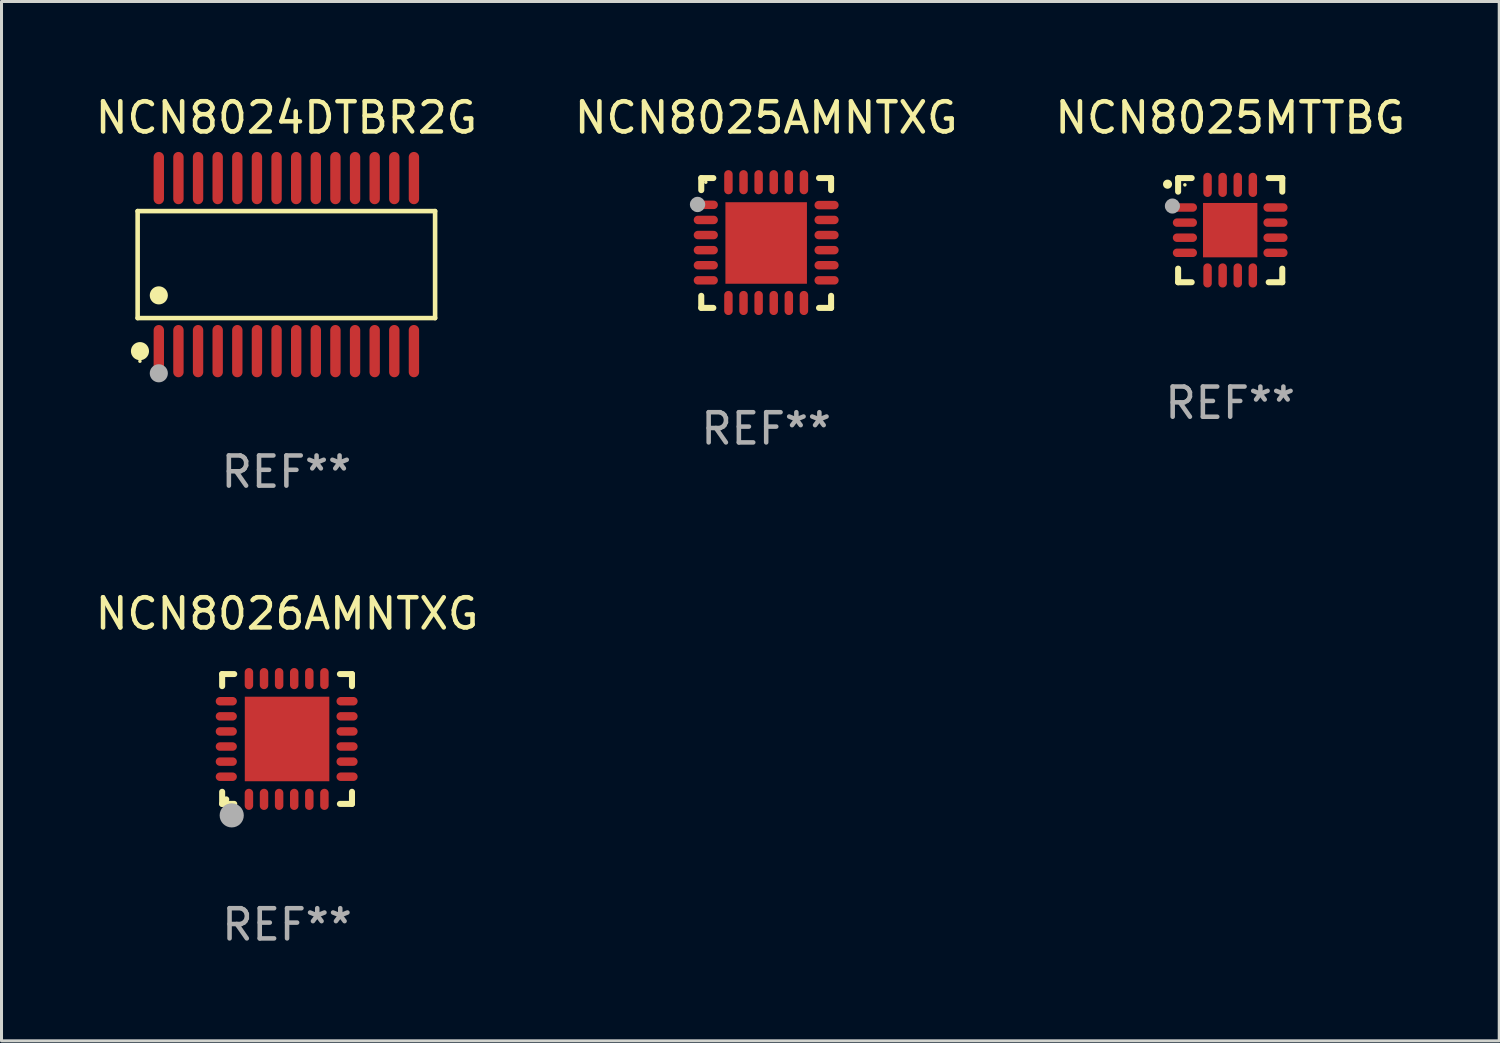
<source format=kicad_pcb>
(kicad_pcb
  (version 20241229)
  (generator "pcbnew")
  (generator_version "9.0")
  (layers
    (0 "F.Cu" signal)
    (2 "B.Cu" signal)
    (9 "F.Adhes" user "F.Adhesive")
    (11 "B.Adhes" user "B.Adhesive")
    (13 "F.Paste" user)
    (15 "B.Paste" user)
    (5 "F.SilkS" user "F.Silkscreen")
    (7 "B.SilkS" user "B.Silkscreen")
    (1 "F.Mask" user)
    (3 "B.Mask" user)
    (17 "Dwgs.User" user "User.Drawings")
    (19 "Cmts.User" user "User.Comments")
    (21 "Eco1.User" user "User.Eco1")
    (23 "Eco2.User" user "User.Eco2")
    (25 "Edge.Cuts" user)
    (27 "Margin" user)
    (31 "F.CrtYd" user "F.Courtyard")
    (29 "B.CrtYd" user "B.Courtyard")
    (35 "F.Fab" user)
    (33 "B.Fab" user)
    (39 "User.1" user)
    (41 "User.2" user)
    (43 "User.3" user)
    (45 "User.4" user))
  (footprint "NCN8026AMNTXG"
    (layer "F.Cu")
    (at 6.458 21.426)
    (property "Reference" "NCN8026AMNTXG" (at 0 -4.15 0) (layer "F.SilkS") (effects (font (size 1 1) (thickness 0.15))))
    (attr through_hole)
    (fp_line (start -2.15 -2.15) (end -1.75 -2.15) (stroke (width 0.2) (type solid)) (layer "F.SilkS"))
    (fp_line (start -2.15 -1.75) (end -2.15 -2.15) (stroke (width 0.2) (type solid)) (layer "F.SilkS"))
    (fp_line (start -2.15 2.15) (end -2.15 1.75) (stroke (width 0.2) (type solid)) (layer "F.SilkS"))
    (fp_line (start -1.75 2.15) (end -2.15 2.15) (stroke (width 0.2) (type solid)) (layer "F.SilkS"))
    (fp_line (start 2.15 -2.15) (end 1.75 -2.15) (stroke (width 0.2) (type solid)) (layer "F.SilkS"))
    (fp_line (start 2.15 -1.75) (end 2.15 -2.15) (stroke (width 0.2) (type solid)) (layer "F.SilkS"))
    (fp_line (start 2.15 1.75) (end 2.15 2.15) (stroke (width 0.2) (type solid)) (layer "F.SilkS"))
    (fp_line (start 2.15 2.15) (end 1.75 2.15) (stroke (width 0.2) (type solid)) (layer "F.SilkS"))
    (fp_circle (center -2.013 2) (end -1.963 2) (stroke (width 0.1) (type solid)) (fill no) (layer "F.SilkS"))
    (fp_circle (center -1.833 2.53) (end -1.633 2.53) (stroke (width 0.4) (type solid)) (fill no) (layer "F.Fab"))
    (fp_text user "REF**" (at 0 6.15 0) (layer "F.Fab") (effects (font (size 1 1) (thickness 0.15))))
    (pad "1" smd oval (at -1.263 2 180) (size 0.28 0.7) (layers "F.Cu" "F.Mask" "F.Paste"))
    (pad "2" smd oval (at -0.763 2 180) (size 0.28 0.7) (layers "F.Cu" "F.Mask" "F.Paste"))
    (pad "3" smd oval (at -0.263 2 180) (size 0.28 0.7) (layers "F.Cu" "F.Mask" "F.Paste"))
    (pad "4" smd oval (at 0.237 2 180) (size 0.28 0.7) (layers "F.Cu" "F.Mask" "F.Paste"))
    (pad "5" smd oval (at 0.737 2 180) (size 0.28 0.7) (layers "F.Cu" "F.Mask" "F.Paste"))
    (pad "6" smd oval (at 1.237 2 180) (size 0.28 0.7) (layers "F.Cu" "F.Mask" "F.Paste"))
    (pad "7" smd oval (at 1.987 1.25 90) (size 0.28 0.7) (layers "F.Cu" "F.Mask" "F.Paste"))
    (pad "8" smd oval (at 1.987 0.75 90) (size 0.28 0.7) (layers "F.Cu" "F.Mask" "F.Paste"))
    (pad "9" smd oval (at 1.987 0.25 90) (size 0.28 0.7) (layers "F.Cu" "F.Mask" "F.Paste"))
    (pad "10" smd oval (at 1.987 -0.25 90) (size 0.28 0.7) (layers "F.Cu" "F.Mask" "F.Paste"))
    (pad "11" smd oval (at 1.987 -0.75 90) (size 0.28 0.7) (layers "F.Cu" "F.Mask" "F.Paste"))
    (pad "12" smd oval (at 1.987 -1.25 90) (size 0.28 0.7) (layers "F.Cu" "F.Mask" "F.Paste"))
    (pad "13" smd oval (at 1.237 -2 180) (size 0.28 0.7) (layers "F.Cu" "F.Mask" "F.Paste"))
    (pad "14" smd oval (at 0.737 -2 180) (size 0.28 0.7) (layers "F.Cu" "F.Mask" "F.Paste"))
    (pad "15" smd oval (at 0.237 -2 180) (size 0.28 0.7) (layers "F.Cu" "F.Mask" "F.Paste"))
    (pad "16" smd oval (at -0.263 -2 180) (size 0.28 0.7) (layers "F.Cu" "F.Mask" "F.Paste"))
    (pad "17" smd oval (at -0.763 -2 180) (size 0.28 0.7) (layers "F.Cu" "F.Mask" "F.Paste"))
    (pad "18" smd oval (at -1.263 -2 180) (size 0.28 0.7) (layers "F.Cu" "F.Mask" "F.Paste"))
    (pad "19" smd oval (at -2.013 -1.25 90) (size 0.28 0.7) (layers "F.Cu" "F.Mask" "F.Paste"))
    (pad "20" smd oval (at -2.013 -0.75 90) (size 0.28 0.7) (layers "F.Cu" "F.Mask" "F.Paste"))
    (pad "21" smd oval (at -2.013 -0.25 90) (size 0.28 0.7) (layers "F.Cu" "F.Mask" "F.Paste"))
    (pad "22" smd oval (at -2.013 0.25 90) (size 0.28 0.7) (layers "F.Cu" "F.Mask" "F.Paste"))
    (pad "23" smd oval (at -2.013 0.75 90) (size 0.28 0.7) (layers "F.Cu" "F.Mask" "F.Paste"))
    (pad "24" smd oval (at -2.013 1.25 90) (size 0.28 0.7) (layers "F.Cu" "F.Mask" "F.Paste"))
    (pad "25" smd rect (at -0.000013 0 90) (size 2.8 2.8) (layers "F.Cu" "F.Mask" "F.Paste")))
  (footprint "NCN8025AMNTXG"
    (layer "F.Cu")
    (at 22.327 4.998)
    (property "Reference" "NCN8025AMNTXG" (at 0 -4.15 0) (layer "F.SilkS") (effects (font (size 1 1) (thickness 0.15))))
    (attr through_hole)
    (fp_line (start -2.15 -2.15) (end -1.75 -2.15) (stroke (width 0.2) (type solid)) (layer "F.SilkS"))
    (fp_line (start -2.15 -1.75) (end -2.15 -2.15) (stroke (width 0.2) (type solid)) (layer "F.SilkS"))
    (fp_line (start -2.15 2.15) (end -2.15 1.75) (stroke (width 0.2) (type solid)) (layer "F.SilkS"))
    (fp_line (start -1.75 2.15) (end -2.15 2.15) (stroke (width 0.2) (type solid)) (layer "F.SilkS"))
    (fp_line (start 1.75 -2.15) (end 2.15 -2.15) (stroke (width 0.2) (type solid)) (layer "F.SilkS"))
    (fp_line (start 1.75 2.15) (end 2.15 2.15) (stroke (width 0.2) (type solid)) (layer "F.SilkS"))
    (fp_line (start 2.15 -2.15) (end 2.15 -1.75) (stroke (width 0.2) (type solid)) (layer "F.SilkS"))
    (fp_line (start 2.15 2.15) (end 2.15 1.75) (stroke (width 0.2) (type solid)) (layer "F.SilkS"))
    (fp_circle (center -2 -2.013) (end -1.97 -2.013) (stroke (width 0.06) (type solid)) (fill no) (layer "F.SilkS"))
    (fp_circle (center -2.273 -1.276) (end -2.146 -1.276) (stroke (width 0.254) (type solid)) (fill no) (layer "F.Fab"))
    (fp_text user "REF**" (at 0 6.15 0) (layer "F.Fab") (effects (font (size 1 1) (thickness 0.15))))
    (pad "1" smd oval (at -2 -1.263 90) (size 0.28 0.8) (layers "F.Cu" "F.Mask" "F.Paste"))
    (pad "2" smd oval (at -2 -0.763 90) (size 0.28 0.8) (layers "F.Cu" "F.Mask" "F.Paste"))
    (pad "3" smd oval (at -2 -0.263 90) (size 0.28 0.8) (layers "F.Cu" "F.Mask" "F.Paste"))
    (pad "4" smd oval (at -2 0.237 90) (size 0.28 0.8) (layers "F.Cu" "F.Mask" "F.Paste"))
    (pad "5" smd oval (at -2 0.737 90) (size 0.28 0.8) (layers "F.Cu" "F.Mask" "F.Paste"))
    (pad "6" smd oval (at -2 1.237 90) (size 0.28 0.8) (layers "F.Cu" "F.Mask" "F.Paste"))
    (pad "7" smd oval (at -1.25 1.987) (size 0.28 0.8) (layers "F.Cu" "F.Mask" "F.Paste"))
    (pad "8" smd oval (at -0.75 1.987) (size 0.28 0.8) (layers "F.Cu" "F.Mask" "F.Paste"))
    (pad "9" smd oval (at -0.25 1.987) (size 0.28 0.8) (layers "F.Cu" "F.Mask" "F.Paste"))
    (pad "10" smd oval (at 0.25 1.987) (size 0.28 0.8) (layers "F.Cu" "F.Mask" "F.Paste"))
    (pad "11" smd oval (at 0.75 1.987) (size 0.28 0.8) (layers "F.Cu" "F.Mask" "F.Paste"))
    (pad "12" smd oval (at 1.25 1.987) (size 0.28 0.8) (layers "F.Cu" "F.Mask" "F.Paste"))
    (pad "13" smd oval (at 2 1.237 90) (size 0.28 0.8) (layers "F.Cu" "F.Mask" "F.Paste"))
    (pad "14" smd oval (at 2 0.737 90) (size 0.28 0.8) (layers "F.Cu" "F.Mask" "F.Paste"))
    (pad "15" smd oval (at 2 0.237 90) (size 0.28 0.8) (layers "F.Cu" "F.Mask" "F.Paste"))
    (pad "16" smd oval (at 2 -0.263 90) (size 0.28 0.8) (layers "F.Cu" "F.Mask" "F.Paste"))
    (pad "17" smd oval (at 2 -0.763 90) (size 0.28 0.8) (layers "F.Cu" "F.Mask" "F.Paste"))
    (pad "18" smd oval (at 2 -1.255 90) (size 0.28 0.8) (layers "F.Cu" "F.Mask" "F.Paste"))
    (pad "19" smd oval (at 1.25 -2.013) (size 0.28 0.8) (layers "F.Cu" "F.Mask" "F.Paste"))
    (pad "20" smd oval (at 0.75 -2.013) (size 0.28 0.8) (layers "F.Cu" "F.Mask" "F.Paste"))
    (pad "21" smd oval (at 0.25 -2.013) (size 0.28 0.8) (layers "F.Cu" "F.Mask" "F.Paste"))
    (pad "22" smd oval (at -0.25 -2.013) (size 0.28 0.8) (layers "F.Cu" "F.Mask" "F.Paste"))
    (pad "23" smd oval (at -0.75 -2.013) (size 0.28 0.8) (layers "F.Cu" "F.Mask" "F.Paste"))
    (pad "24" smd oval (at -1.25 -2.013) (size 0.28 0.8) (layers "F.Cu" "F.Mask" "F.Paste"))
    (pad "25" smd rect (at -0.000127 -0.00014) (size 2.7 2.7) (layers "F.Cu" "F.Mask" "F.Paste")))
  (footprint "NCN8024DTBR2G"
    (layer "F.Cu")
    (at 6.435 5.714)
    (property "Reference" "NCN8024DTBR2G" (at 0 -4.866 0) (layer "F.SilkS") (effects (font (size 1 1) (thickness 0.15))))
    (attr through_hole)
    (fp_line (start -4.926 -1.772) (end 4.926 -1.772) (stroke (width 0.152) (type solid)) (layer "F.SilkS"))
    (fp_line (start -4.926 1.771) (end -4.926 -1.772) (stroke (width 0.152) (type solid)) (layer "F.SilkS"))
    (fp_line (start 4.926 -1.772) (end 4.926 1.771) (stroke (width 0.152) (type solid)) (layer "F.SilkS"))
    (fp_line (start 4.926 1.771) (end -4.926 1.771) (stroke (width 0.152) (type solid)) (layer "F.SilkS"))
    (fp_circle (center -4.85 3.2) (end -4.82 3.2) (stroke (width 0.06) (type solid)) (fill no) (layer "F.SilkS"))
    (fp_circle (center -4.849 2.866) (end -4.699 2.866) (stroke (width 0.3) (type solid)) (fill no) (layer "F.SilkS"))
    (fp_circle (center -4.225 1.019) (end -4.075 1.019) (stroke (width 0.3) (type solid)) (fill no) (layer "F.SilkS"))
    (fp_circle (center -4.225 3.6) (end -4.075 3.6) (stroke (width 0.3) (type solid)) (fill no) (layer "F.Fab"))
    (fp_text user "REF**" (at 0 6.866 0) (layer "F.Fab") (effects (font (size 1 1) (thickness 0.15))))
    (pad "1" smd oval (at -4.225 2.866) (size 0.343 1.731) (layers "F.Cu" "F.Mask" "F.Paste"))
    (pad "2" smd oval (at -3.575 2.866) (size 0.343 1.731) (layers "F.Cu" "F.Mask" "F.Paste"))
    (pad "3" smd oval (at -2.925 2.866) (size 0.343 1.731) (layers "F.Cu" "F.Mask" "F.Paste"))
    (pad "4" smd oval (at -2.275 2.866) (size 0.343 1.731) (layers "F.Cu" "F.Mask" "F.Paste"))
    (pad "5" smd oval (at -1.625 2.866) (size 0.343 1.731) (layers "F.Cu" "F.Mask" "F.Paste"))
    (pad "6" smd oval (at -0.975 2.866) (size 0.343 1.731) (layers "F.Cu" "F.Mask" "F.Paste"))
    (pad "7" smd oval (at -0.325 2.866) (size 0.343 1.731) (layers "F.Cu" "F.Mask" "F.Paste"))
    (pad "8" smd oval (at 0.325 2.866) (size 0.343 1.731) (layers "F.Cu" "F.Mask" "F.Paste"))
    (pad "9" smd oval (at 0.975 2.866) (size 0.343 1.731) (layers "F.Cu" "F.Mask" "F.Paste"))
    (pad "10" smd oval (at 1.625 2.866) (size 0.343 1.731) (layers "F.Cu" "F.Mask" "F.Paste"))
    (pad "11" smd oval (at 2.275 2.866) (size 0.343 1.731) (layers "F.Cu" "F.Mask" "F.Paste"))
    (pad "12" smd oval (at 2.925 2.866) (size 0.343 1.731) (layers "F.Cu" "F.Mask" "F.Paste"))
    (pad "13" smd oval (at 3.575 2.866) (size 0.343 1.731) (layers "F.Cu" "F.Mask" "F.Paste"))
    (pad "14" smd oval (at 4.225 2.866) (size 0.343 1.731) (layers "F.Cu" "F.Mask" "F.Paste"))
    (pad "15" smd oval (at 4.225 -2.866) (size 0.343 1.731) (layers "F.Cu" "F.Mask" "F.Paste"))
    (pad "16" smd oval (at 3.575 -2.866) (size 0.343 1.731) (layers "F.Cu" "F.Mask" "F.Paste"))
    (pad "17" smd oval (at 2.925 -2.866) (size 0.343 1.731) (layers "F.Cu" "F.Mask" "F.Paste"))
    (pad "18" smd oval (at 2.275 -2.866) (size 0.343 1.731) (layers "F.Cu" "F.Mask" "F.Paste"))
    (pad "19" smd oval (at 1.625 -2.866) (size 0.343 1.731) (layers "F.Cu" "F.Mask" "F.Paste"))
    (pad "20" smd oval (at 0.975 -2.866) (size 0.343 1.731) (layers "F.Cu" "F.Mask" "F.Paste"))
    (pad "21" smd oval (at 0.325 -2.866) (size 0.343 1.731) (layers "F.Cu" "F.Mask" "F.Paste"))
    (pad "22" smd oval (at -0.325 -2.866) (size 0.343 1.731) (layers "F.Cu" "F.Mask" "F.Paste"))
    (pad "23" smd oval (at -0.975 -2.866) (size 0.343 1.731) (layers "F.Cu" "F.Mask" "F.Paste"))
    (pad "24" smd oval (at -1.625 -2.866) (size 0.343 1.731) (layers "F.Cu" "F.Mask" "F.Paste"))
    (pad "25" smd oval (at -2.275 -2.866) (size 0.343 1.731) (layers "F.Cu" "F.Mask" "F.Paste"))
    (pad "26" smd oval (at -2.925 -2.866) (size 0.343 1.731) (layers "F.Cu" "F.Mask" "F.Paste"))
    (pad "27" smd oval (at -3.575 -2.866) (size 0.343 1.731) (layers "F.Cu" "F.Mask" "F.Paste"))
    (pad "28" smd oval (at -4.225 -2.866) (size 0.343 1.731) (layers "F.Cu" "F.Mask" "F.Paste")))
  (footprint "NCN8025MTTBG"
    (layer "F.Cu")
    (at 37.696 4.573)
    (property "Reference" "NCN8025MTTBG" (at 0 -3.725 0) (layer "F.SilkS") (effects (font (size 1 1) (thickness 0.15))))
    (attr through_hole)
    (fp_line (start -1.725 -1.725) (end -1.275 -1.725) (stroke (width 0.2) (type solid)) (layer "F.SilkS"))
    (fp_line (start -1.725 -1.275) (end -1.725 -1.725) (stroke (width 0.2) (type solid)) (layer "F.SilkS"))
    (fp_line (start -1.725 1.725) (end -1.725 1.275) (stroke (width 0.2) (type solid)) (layer "F.SilkS"))
    (fp_line (start -1.275 1.725) (end -1.725 1.725) (stroke (width 0.2) (type solid)) (layer "F.SilkS"))
    (fp_line (start 1.275 -1.725) (end 1.725 -1.725) (stroke (width 0.2) (type solid)) (layer "F.SilkS"))
    (fp_line (start 1.275 1.725) (end 1.725 1.725) (stroke (width 0.2) (type solid)) (layer "F.SilkS"))
    (fp_line (start 1.725 -1.725) (end 1.725 -1.275) (stroke (width 0.2) (type solid)) (layer "F.SilkS"))
    (fp_line (start 1.725 1.725) (end 1.725 1.275) (stroke (width 0.2) (type solid)) (layer "F.SilkS"))
    (fp_arc (start -2.075184 -1.521463) (mid -2.075189 -1.522733) (end -2.075184 -1.524003) (stroke (width 0.3) (type solid)) (layer "F.SilkS"))
    (fp_circle (center -1.5 -1.5) (end -1.47 -1.5) (stroke (width 0.06) (type solid)) (fill no) (layer "F.SilkS"))
    (fp_circle (center -1.914 -0.799) (end -1.789 -0.799) (stroke (width 0.25) (type solid)) (fill no) (layer "F.Fab"))
    (fp_text user "REF**" (at 0 5.725 0) (layer "F.Fab") (effects (font (size 1 1) (thickness 0.15))))
    (pad "1" smd oval (at -1.5 -0.75) (size 0.8 0.28) (layers "F.Cu" "F.Mask" "F.Paste"))
    (pad "2" smd oval (at -1.5 -0.25) (size 0.8 0.28) (layers "F.Cu" "F.Mask" "F.Paste"))
    (pad "3" smd oval (at -1.5 0.25) (size 0.8 0.28) (layers "F.Cu" "F.Mask" "F.Paste"))
    (pad "4" smd oval (at -1.5 0.75) (size 0.8 0.28) (layers "F.Cu" "F.Mask" "F.Paste"))
    (pad "5" smd oval (at -0.75 1.5) (size 0.28 0.8) (layers "F.Cu" "F.Mask" "F.Paste"))
    (pad "6" smd oval (at -0.25 1.5) (size 0.28 0.8) (layers "F.Cu" "F.Mask" "F.Paste"))
    (pad "7" smd oval (at 0.25 1.5) (size 0.28 0.8) (layers "F.Cu" "F.Mask" "F.Paste"))
    (pad "8" smd oval (at 0.75 1.5) (size 0.28 0.8) (layers "F.Cu" "F.Mask" "F.Paste"))
    (pad "9" smd oval (at 1.5 0.75) (size 0.8 0.28) (layers "F.Cu" "F.Mask" "F.Paste"))
    (pad "10" smd oval (at 1.5 0.25) (size 0.8 0.28) (layers "F.Cu" "F.Mask" "F.Paste"))
    (pad "11" smd oval (at 1.5 -0.25) (size 0.8 0.28) (layers "F.Cu" "F.Mask" "F.Paste"))
    (pad "12" smd oval (at 1.5 -0.75) (size 0.8 0.28) (layers "F.Cu" "F.Mask" "F.Paste"))
    (pad "13" smd oval (at 0.75 -1.5) (size 0.28 0.8) (layers "F.Cu" "F.Mask" "F.Paste"))
    (pad "14" smd oval (at 0.25 -1.5) (size 0.28 0.8) (layers "F.Cu" "F.Mask" "F.Paste"))
    (pad "15" smd oval (at -0.25 -1.5) (size 0.28 0.8) (layers "F.Cu" "F.Mask" "F.Paste"))
    (pad "16" smd oval (at -0.75 -1.5) (size 0.28 0.8) (layers "F.Cu" "F.Mask" "F.Paste"))
    (pad "17" smd rect (at 0.000076 0.000076) (size 1.8 1.8) (layers "F.Cu" "F.Mask" "F.Paste")))
  (gr_rect
    (start -3 -3)
    (end 46.607 31.425)
    (stroke (width 0.1) (type default))
    (fill no)
    (layer "Edge.Cuts")))
</source>
